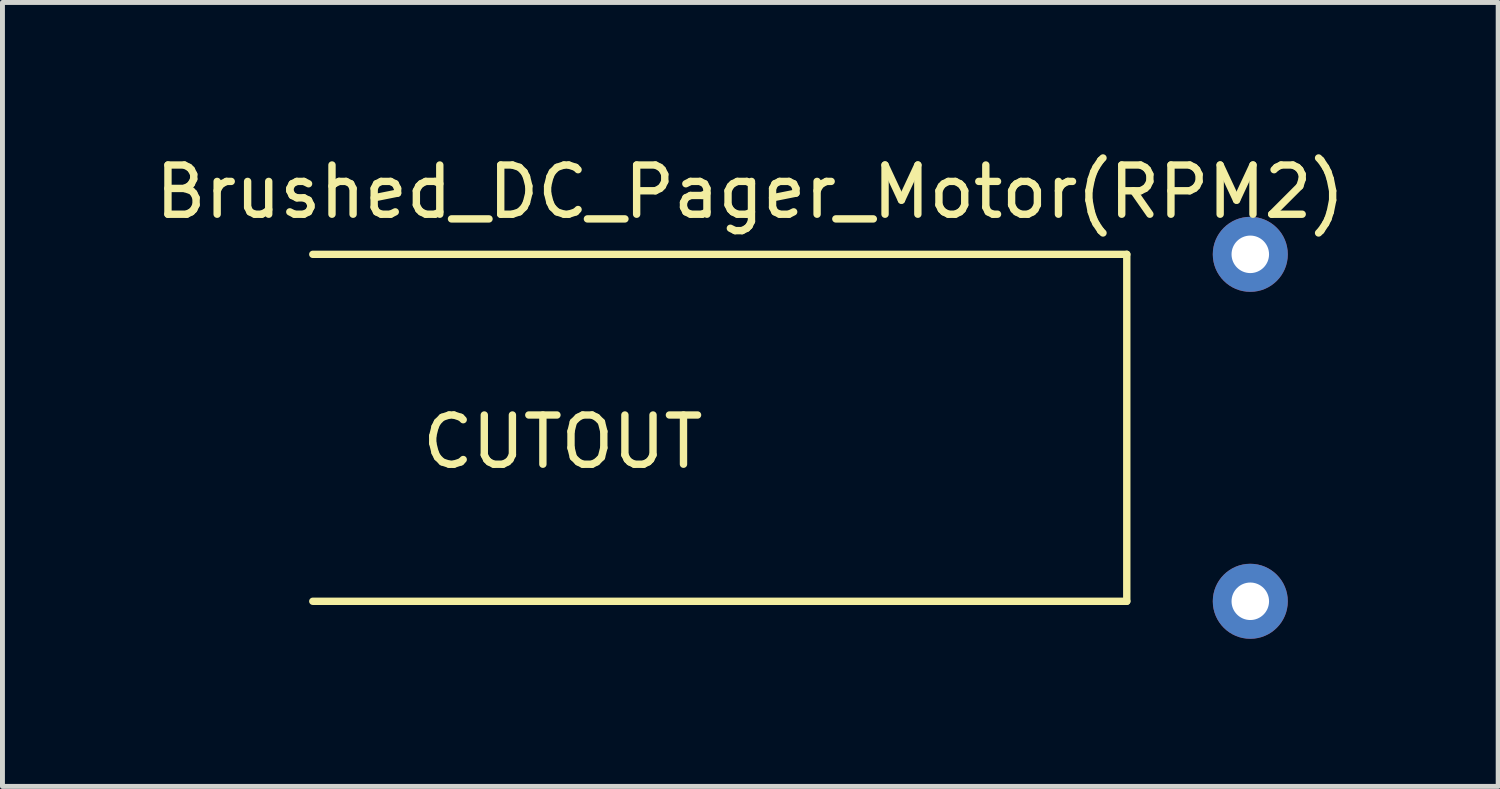
<source format=kicad_pcb>
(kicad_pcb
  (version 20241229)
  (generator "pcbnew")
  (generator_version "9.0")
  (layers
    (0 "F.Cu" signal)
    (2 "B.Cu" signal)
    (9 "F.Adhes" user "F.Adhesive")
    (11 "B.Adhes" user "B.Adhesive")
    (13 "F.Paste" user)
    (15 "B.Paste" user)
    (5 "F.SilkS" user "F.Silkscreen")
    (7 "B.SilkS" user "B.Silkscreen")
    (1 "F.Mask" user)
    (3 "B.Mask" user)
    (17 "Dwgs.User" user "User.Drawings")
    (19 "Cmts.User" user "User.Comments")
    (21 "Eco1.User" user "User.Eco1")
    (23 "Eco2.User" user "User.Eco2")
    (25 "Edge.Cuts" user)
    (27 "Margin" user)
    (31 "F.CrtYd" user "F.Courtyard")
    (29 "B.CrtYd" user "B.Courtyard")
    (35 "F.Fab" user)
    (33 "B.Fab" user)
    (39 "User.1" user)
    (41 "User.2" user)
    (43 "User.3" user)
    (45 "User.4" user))
  (footprint "Brushed_DC_Pager_Motor(RPM2)"
    (layer "F.Cu")
    (at 3.306 2.118)
    (property "Reference" "Brushed_DC_Pager_Motor(RPM2)" (at 8.89 -1.27 0) (layer "F.SilkS") (effects (font (size 1 1) (thickness 0.15))))
    (attr through_hole)
    (fp_line (start 0 0) (end 16.54 0) (stroke (width 0.15) (type solid)) (layer "F.SilkS"))
    (fp_line (start 0 7.05) (end 16.54 7.05) (stroke (width 0.15) (type solid)) (layer "F.SilkS"))
    (fp_line (start 16.54 0) (end 16.54 7.05) (stroke (width 0.15) (type solid)) (layer "F.SilkS"))
    (fp_text user "CUTOUT" (at 5.08 3.81 0) (layer "F.SilkS") (effects (font (size 1 1) (thickness 0.15))))
    (pad "1" thru_hole circle (at 19.05 7.05) (size 1.524 1.524) (drill 0.762) (layers "*.Cu" "*.Mask"))
    (pad "2" thru_hole circle (at 19.05 0) (size 1.524 1.524) (drill 0.762) (layers "*.Cu" "*.Mask")))
  (gr_rect
    (start -3 -3)
    (end 27.393 12.93)
    (stroke (width 0.1) (type default))
    (fill no)
    (layer "Edge.Cuts")))
</source>
